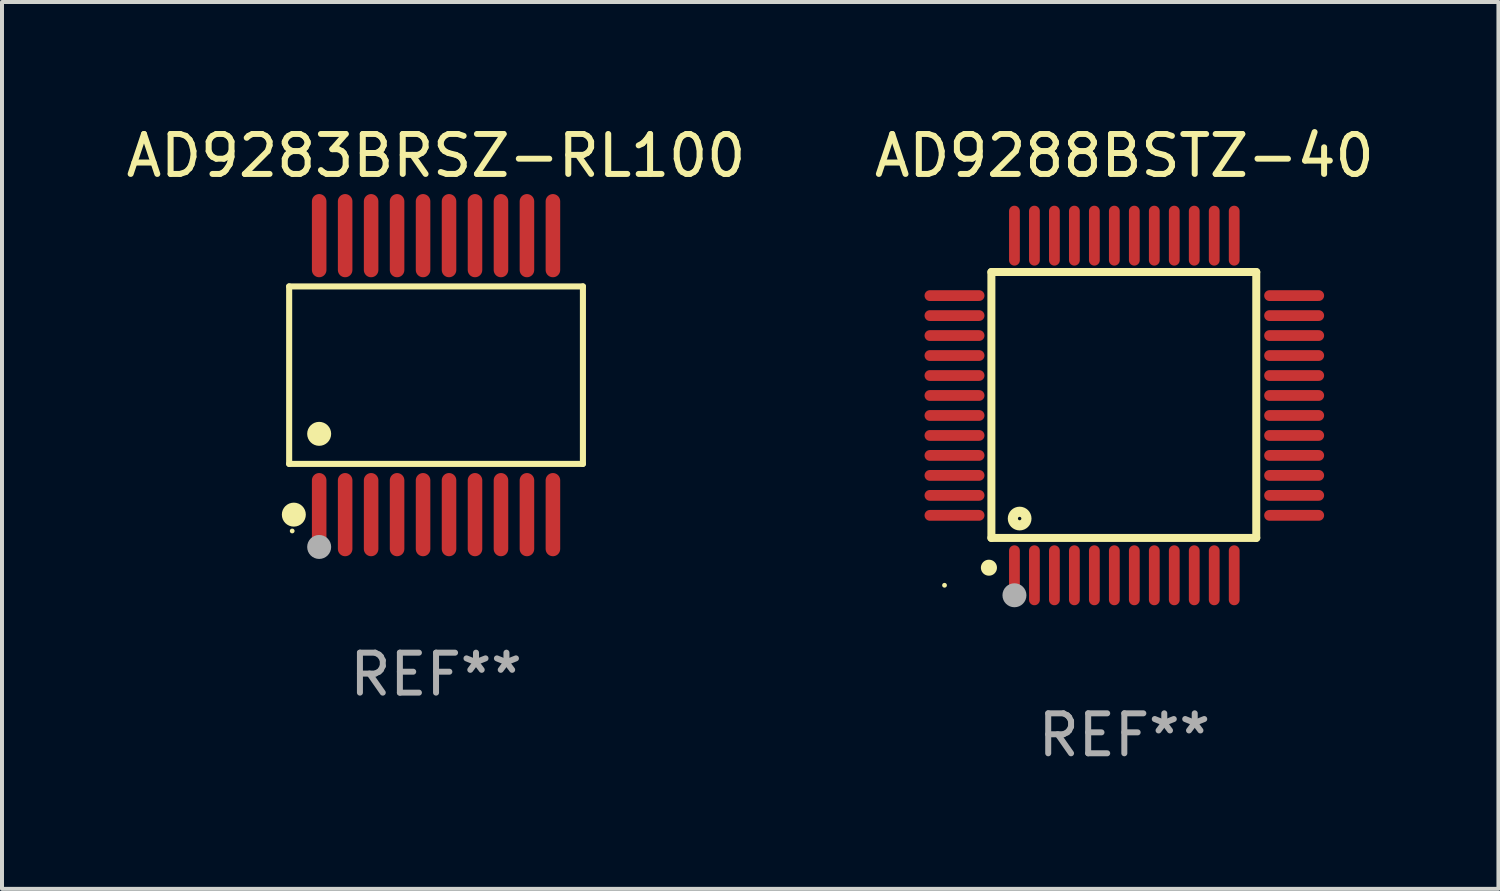
<source format=kicad_pcb>
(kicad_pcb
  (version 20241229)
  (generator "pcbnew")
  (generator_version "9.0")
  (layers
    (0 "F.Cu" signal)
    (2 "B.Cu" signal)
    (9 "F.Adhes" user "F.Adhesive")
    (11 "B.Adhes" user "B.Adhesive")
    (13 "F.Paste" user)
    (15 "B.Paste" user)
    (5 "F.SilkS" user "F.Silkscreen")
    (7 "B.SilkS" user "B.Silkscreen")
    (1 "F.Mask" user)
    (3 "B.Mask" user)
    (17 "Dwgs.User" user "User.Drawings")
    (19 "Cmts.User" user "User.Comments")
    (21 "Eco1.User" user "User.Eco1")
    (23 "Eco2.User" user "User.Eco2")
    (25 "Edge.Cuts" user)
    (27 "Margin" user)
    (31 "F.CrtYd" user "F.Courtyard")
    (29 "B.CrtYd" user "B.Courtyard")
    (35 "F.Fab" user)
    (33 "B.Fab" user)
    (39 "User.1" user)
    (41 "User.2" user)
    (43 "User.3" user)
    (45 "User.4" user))
  (footprint "AD9288BSTZ-40"
    (layer "F.Cu")
    (at 25.089 7.098)
    (property "Reference" "AD9288BSTZ-40" (at 0 -6.25 0) (layer "F.SilkS") (effects (font (size 1 1) (thickness 0.15))))
    (attr through_hole)
    (fp_line (start -3.327 -3.34) (end -2.565 -3.34) (stroke (width 0.2) (type solid)) (layer "F.SilkS"))
    (fp_line (start -3.327 3.315) (end -3.327 -3.34) (stroke (width 0.2) (type solid)) (layer "F.SilkS"))
    (fp_line (start -2.896 -3.34) (end 3.302 -3.34) (stroke (width 0.2) (type solid)) (layer "F.SilkS"))
    (fp_line (start 3.302 -3.34) (end 3.302 3.315) (stroke (width 0.2) (type solid)) (layer "F.SilkS"))
    (fp_line (start 3.302 3.315) (end -3.327 3.315) (stroke (width 0.2) (type solid)) (layer "F.SilkS"))
    (fp_arc (start -3.389992 4.059995) (mid -3.388722 4.059991) (end -3.387452 4.059995) (stroke (width 0.4) (type solid)) (layer "F.SilkS"))
    (fp_circle (center -4.5 4.5) (end -4.47 4.5) (stroke (width 0.06) (type solid)) (fill no) (layer "F.SilkS"))
    (fp_circle (center -2.62 2.83) (end -2.45 2.83) (stroke (width 0.254) (type solid)) (fill no) (layer "F.SilkS"))
    (fp_circle (center -2.75 4.75) (end -2.6 4.75) (stroke (width 0.3) (type solid)) (fill no) (layer "F.Fab"))
    (fp_text user "REF**" (at 0 8.25 0) (layer "F.Fab") (effects (font (size 1 1) (thickness 0.15))))
    (pad "1" smd oval (at -2.75 4.25) (size 0.27 1.5) (layers "F.Cu" "F.Mask" "F.Paste"))
    (pad "2" smd oval (at -2.25 4.25) (size 0.27 1.5) (layers "F.Cu" "F.Mask" "F.Paste"))
    (pad "3" smd oval (at -1.75 4.25) (size 0.27 1.5) (layers "F.Cu" "F.Mask" "F.Paste"))
    (pad "4" smd oval (at -1.25 4.25) (size 0.27 1.5) (layers "F.Cu" "F.Mask" "F.Paste"))
    (pad "5" smd oval (at -0.75 4.25) (size 0.27 1.5) (layers "F.Cu" "F.Mask" "F.Paste"))
    (pad "6" smd oval (at -0.25 4.25) (size 0.27 1.5) (layers "F.Cu" "F.Mask" "F.Paste"))
    (pad "7" smd oval (at 0.25 4.25) (size 0.27 1.5) (layers "F.Cu" "F.Mask" "F.Paste"))
    (pad "8" smd oval (at 0.75 4.25) (size 0.27 1.5) (layers "F.Cu" "F.Mask" "F.Paste"))
    (pad "9" smd oval (at 1.25 4.25) (size 0.27 1.5) (layers "F.Cu" "F.Mask" "F.Paste"))
    (pad "10" smd oval (at 1.75 4.25) (size 0.27 1.5) (layers "F.Cu" "F.Mask" "F.Paste"))
    (pad "11" smd oval (at 2.25 4.25) (size 0.27 1.5) (layers "F.Cu" "F.Mask" "F.Paste"))
    (pad "12" smd oval (at 2.75 4.25) (size 0.27 1.5) (layers "F.Cu" "F.Mask" "F.Paste"))
    (pad "13" smd oval (at 4.25 2.75) (size 1.5 0.27) (layers "F.Cu" "F.Mask" "F.Paste"))
    (pad "14" smd oval (at 4.25 2.25) (size 1.5 0.27) (layers "F.Cu" "F.Mask" "F.Paste"))
    (pad "15" smd oval (at 4.25 1.75) (size 1.5 0.27) (layers "F.Cu" "F.Mask" "F.Paste"))
    (pad "16" smd oval (at 4.25 1.25) (size 1.5 0.27) (layers "F.Cu" "F.Mask" "F.Paste"))
    (pad "17" smd oval (at 4.25 0.75) (size 1.5 0.27) (layers "F.Cu" "F.Mask" "F.Paste"))
    (pad "18" smd oval (at 4.25 0.25) (size 1.5 0.27) (layers "F.Cu" "F.Mask" "F.Paste"))
    (pad "19" smd oval (at 4.25 -0.25) (size 1.5 0.27) (layers "F.Cu" "F.Mask" "F.Paste"))
    (pad "20" smd oval (at 4.25 -0.75) (size 1.5 0.27) (layers "F.Cu" "F.Mask" "F.Paste"))
    (pad "21" smd oval (at 4.25 -1.25) (size 1.5 0.27) (layers "F.Cu" "F.Mask" "F.Paste"))
    (pad "22" smd oval (at 4.25 -1.75) (size 1.5 0.27) (layers "F.Cu" "F.Mask" "F.Paste"))
    (pad "23" smd oval (at 4.25 -2.25) (size 1.5 0.27) (layers "F.Cu" "F.Mask" "F.Paste"))
    (pad "24" smd oval (at 4.25 -2.75) (size 1.5 0.27) (layers "F.Cu" "F.Mask" "F.Paste"))
    (pad "25" smd oval (at 2.75 -4.25) (size 0.27 1.5) (layers "F.Cu" "F.Mask" "F.Paste"))
    (pad "26" smd oval (at 2.25 -4.25) (size 0.27 1.5) (layers "F.Cu" "F.Mask" "F.Paste"))
    (pad "27" smd oval (at 1.75 -4.25) (size 0.27 1.5) (layers "F.Cu" "F.Mask" "F.Paste"))
    (pad "28" smd oval (at 1.25 -4.25) (size 0.27 1.5) (layers "F.Cu" "F.Mask" "F.Paste"))
    (pad "29" smd oval (at 0.75 -4.25) (size 0.27 1.5) (layers "F.Cu" "F.Mask" "F.Paste"))
    (pad "30" smd oval (at 0.25 -4.25) (size 0.27 1.5) (layers "F.Cu" "F.Mask" "F.Paste"))
    (pad "31" smd oval (at -0.25 -4.25) (size 0.27 1.5) (layers "F.Cu" "F.Mask" "F.Paste"))
    (pad "32" smd oval (at -0.75 -4.25) (size 0.27 1.5) (layers "F.Cu" "F.Mask" "F.Paste"))
    (pad "33" smd oval (at -1.25 -4.25) (size 0.27 1.5) (layers "F.Cu" "F.Mask" "F.Paste"))
    (pad "34" smd oval (at -1.75 -4.25) (size 0.27 1.5) (layers "F.Cu" "F.Mask" "F.Paste"))
    (pad "35" smd oval (at -2.25 -4.25) (size 0.27 1.5) (layers "F.Cu" "F.Mask" "F.Paste"))
    (pad "36" smd oval (at -2.75 -4.25) (size 0.27 1.5) (layers "F.Cu" "F.Mask" "F.Paste"))
    (pad "37" smd oval (at -4.25 -2.75) (size 1.5 0.27) (layers "F.Cu" "F.Mask" "F.Paste"))
    (pad "38" smd oval (at -4.25 -2.25) (size 1.5 0.27) (layers "F.Cu" "F.Mask" "F.Paste"))
    (pad "39" smd oval (at -4.25 -1.75) (size 1.5 0.27) (layers "F.Cu" "F.Mask" "F.Paste"))
    (pad "40" smd oval (at -4.25 -1.25) (size 1.5 0.27) (layers "F.Cu" "F.Mask" "F.Paste"))
    (pad "41" smd oval (at -4.25 -0.75) (size 1.5 0.27) (layers "F.Cu" "F.Mask" "F.Paste"))
    (pad "42" smd oval (at -4.25 -0.25) (size 1.5 0.27) (layers "F.Cu" "F.Mask" "F.Paste"))
    (pad "43" smd oval (at -4.25 0.25) (size 1.5 0.27) (layers "F.Cu" "F.Mask" "F.Paste"))
    (pad "44" smd oval (at -4.25 0.75) (size 1.5 0.27) (layers "F.Cu" "F.Mask" "F.Paste"))
    (pad "45" smd oval (at -4.25 1.25) (size 1.5 0.27) (layers "F.Cu" "F.Mask" "F.Paste"))
    (pad "46" smd oval (at -4.25 1.75) (size 1.5 0.27) (layers "F.Cu" "F.Mask" "F.Paste"))
    (pad "47" smd oval (at -4.25 2.25) (size 1.5 0.27) (layers "F.Cu" "F.Mask" "F.Paste"))
    (pad "48" smd oval (at -4.25 2.75) (size 1.5 0.27) (layers "F.Cu" "F.Mask" "F.Paste")))
  (footprint "AD9283BRSZ-RL100"
    (layer "F.Cu")
    (at 7.863 6.339)
    (property "Reference" "AD9283BRSZ-RL100" (at 0 -5.491 0) (layer "F.SilkS") (effects (font (size 1 1) (thickness 0.15))))
    (attr through_hole)
    (fp_line (start -3.676 -2.221) (end 3.676 -2.221) (stroke (width 0.152) (type solid)) (layer "F.SilkS"))
    (fp_line (start -3.676 2.221) (end -3.676 -2.221) (stroke (width 0.152) (type solid)) (layer "F.SilkS"))
    (fp_line (start 3.676 -2.221) (end 3.676 2.221) (stroke (width 0.152) (type solid)) (layer "F.SilkS"))
    (fp_line (start 3.676 2.221) (end -3.676 2.221) (stroke (width 0.152) (type solid)) (layer "F.SilkS"))
    (fp_circle (center -3.6 3.9) (end -3.57 3.9) (stroke (width 0.06) (type solid)) (fill no) (layer "F.SilkS"))
    (fp_circle (center -3.559 3.491) (end -3.409 3.491) (stroke (width 0.3) (type solid)) (fill no) (layer "F.SilkS"))
    (fp_circle (center -2.925 1.469) (end -2.775 1.469) (stroke (width 0.3) (type solid)) (fill no) (layer "F.SilkS"))
    (fp_circle (center -2.925 4.3) (end -2.775 4.3) (stroke (width 0.3) (type solid)) (fill no) (layer "F.Fab"))
    (fp_text user "REF**" (at 0 7.491 0) (layer "F.Fab") (effects (font (size 1 1) (thickness 0.15))))
    (pad "1" smd oval (at -2.925 3.491) (size 0.364 2.082) (layers "F.Cu" "F.Mask" "F.Paste"))
    (pad "2" smd oval (at -2.275 3.491) (size 0.364 2.082) (layers "F.Cu" "F.Mask" "F.Paste"))
    (pad "3" smd oval (at -1.625 3.491) (size 0.364 2.082) (layers "F.Cu" "F.Mask" "F.Paste"))
    (pad "4" smd oval (at -0.975 3.491) (size 0.364 2.082) (layers "F.Cu" "F.Mask" "F.Paste"))
    (pad "5" smd oval (at -0.325 3.491) (size 0.364 2.082) (layers "F.Cu" "F.Mask" "F.Paste"))
    (pad "6" smd oval (at 0.325 3.491) (size 0.364 2.082) (layers "F.Cu" "F.Mask" "F.Paste"))
    (pad "7" smd oval (at 0.975 3.491) (size 0.364 2.082) (layers "F.Cu" "F.Mask" "F.Paste"))
    (pad "8" smd oval (at 1.625 3.491) (size 0.364 2.082) (layers "F.Cu" "F.Mask" "F.Paste"))
    (pad "9" smd oval (at 2.275 3.491) (size 0.364 2.082) (layers "F.Cu" "F.Mask" "F.Paste"))
    (pad "10" smd oval (at 2.925 3.491) (size 0.364 2.082) (layers "F.Cu" "F.Mask" "F.Paste"))
    (pad "11" smd oval (at 2.925 -3.491) (size 0.364 2.082) (layers "F.Cu" "F.Mask" "F.Paste"))
    (pad "12" smd oval (at 2.275 -3.491) (size 0.364 2.082) (layers "F.Cu" "F.Mask" "F.Paste"))
    (pad "13" smd oval (at 1.625 -3.491) (size 0.364 2.082) (layers "F.Cu" "F.Mask" "F.Paste"))
    (pad "14" smd oval (at 0.975 -3.491) (size 0.364 2.082) (layers "F.Cu" "F.Mask" "F.Paste"))
    (pad "15" smd oval (at 0.325 -3.491) (size 0.364 2.082) (layers "F.Cu" "F.Mask" "F.Paste"))
    (pad "16" smd oval (at -0.325 -3.491) (size 0.364 2.082) (layers "F.Cu" "F.Mask" "F.Paste"))
    (pad "17" smd oval (at -0.975 -3.491) (size 0.364 2.082) (layers "F.Cu" "F.Mask" "F.Paste"))
    (pad "18" smd oval (at -1.625 -3.491) (size 0.364 2.082) (layers "F.Cu" "F.Mask" "F.Paste"))
    (pad "19" smd oval (at -2.275 -3.491) (size 0.364 2.082) (layers "F.Cu" "F.Mask" "F.Paste"))
    (pad "20" smd oval (at -2.925 -3.491) (size 0.364 2.082) (layers "F.Cu" "F.Mask" "F.Paste")))
  (gr_rect
    (start -3 -3)
    (end 34.452 19.196)
    (stroke (width 0.1) (type default))
    (fill no)
    (layer "Edge.Cuts")))
</source>
